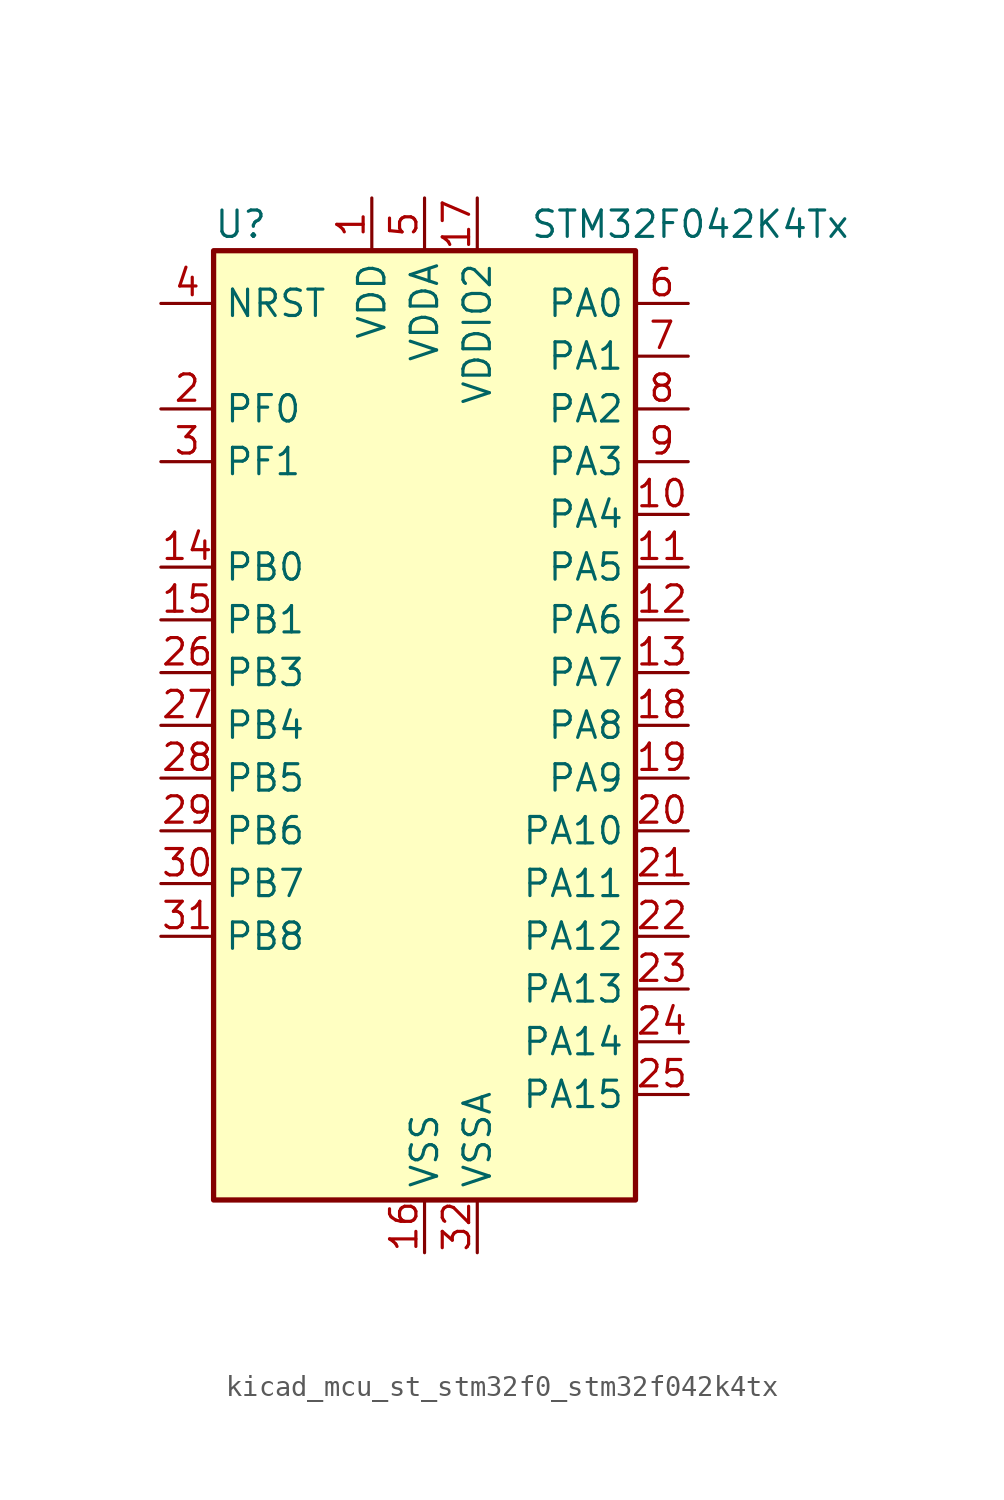
<source format=kicad_sym>
(kicad_symbol_lib
  (version 20220914)
  (generator kicad_symbol_editor)
  (symbol "kicad_mcu_st_stm32f0_stm32f042k4tx"
    (property "Reference" "U"
      (at -10.16 24.13 0)
      (effects (font (size 1.27 1.27)) (justify left)))
    (property "Value" "STM32F042K4Tx"
      (at 5.08 24.13 0)
      (effects (font (size 1.27 1.27)) (justify left)))
    (property "ki_locked" ""
      (at 0 0 0)
      (effects (font (size 1.27 1.27))))
    (symbol "kicad_mcu_st_stm32f0_stm32f042k4tx_0_1"
      (rectangle (start -10.16 -22.86) (end 10.16 22.86) (stroke (width 0.254) (type default)) (fill (type background))))
    (symbol "kicad_mcu_st_stm32f0_stm32f042k4tx_1_1"
      (pin power_in line (at -2.54 25.4 270) (length 2.54) (name "VDD" (effects (font (size 1.27 1.27)))) (number "1" (effects (font (size 1.27 1.27)))))
      (pin bidirectional line (at 12.7 10.16 180) (length 2.54) (name "PA4" (effects (font (size 1.27 1.27)))) (number "10" (effects (font (size 1.27 1.27)))) (alternate "ADC_IN4" bidirectional line) (alternate "I2S1_WS" bidirectional line) (alternate "SPI1_NSS" bidirectional line) (alternate "TIM14_CH1" bidirectional line) (alternate "TSC_G2_IO1" bidirectional line) (alternate "USART2_CK" bidirectional line) (alternate "USB_NOE" bidirectional line))
      (pin bidirectional line (at 12.7 7.62 180) (length 2.54) (name "PA5" (effects (font (size 1.27 1.27)))) (number "11" (effects (font (size 1.27 1.27)))) (alternate "ADC_IN5" bidirectional line) (alternate "CEC" bidirectional line) (alternate "I2S1_CK" bidirectional line) (alternate "SPI1_SCK" bidirectional line) (alternate "TIM2_CH1" bidirectional line) (alternate "TIM2_ETR" bidirectional line) (alternate "TSC_G2_IO2" bidirectional line))
      (pin bidirectional line (at 12.7 5.08 180) (length 2.54) (name "PA6" (effects (font (size 1.27 1.27)))) (number "12" (effects (font (size 1.27 1.27)))) (alternate "ADC_IN6" bidirectional line) (alternate "I2S1_MCK" bidirectional line) (alternate "SPI1_MISO" bidirectional line) (alternate "TIM16_CH1" bidirectional line) (alternate "TIM1_BKIN" bidirectional line) (alternate "TIM3_CH1" bidirectional line) (alternate "TSC_G2_IO3" bidirectional line))
      (pin bidirectional line (at 12.7 2.54 180) (length 2.54) (name "PA7" (effects (font (size 1.27 1.27)))) (number "13" (effects (font (size 1.27 1.27)))) (alternate "ADC_IN7" bidirectional line) (alternate "I2S1_SD" bidirectional line) (alternate "SPI1_MOSI" bidirectional line) (alternate "TIM14_CH1" bidirectional line) (alternate "TIM17_CH1" bidirectional line) (alternate "TIM1_CH1N" bidirectional line) (alternate "TIM3_CH2" bidirectional line) (alternate "TSC_G2_IO4" bidirectional line))
      (pin bidirectional line (at -12.7 7.62 0) (length 2.54) (name "PB0" (effects (font (size 1.27 1.27)))) (number "14" (effects (font (size 1.27 1.27)))) (alternate "ADC_IN8" bidirectional line) (alternate "TIM1_CH2N" bidirectional line) (alternate "TIM3_CH3" bidirectional line) (alternate "TSC_G3_IO2" bidirectional line))
      (pin bidirectional line (at -12.7 5.08 0) (length 2.54) (name "PB1" (effects (font (size 1.27 1.27)))) (number "15" (effects (font (size 1.27 1.27)))) (alternate "ADC_IN9" bidirectional line) (alternate "TIM14_CH1" bidirectional line) (alternate "TIM1_CH3N" bidirectional line) (alternate "TIM3_CH4" bidirectional line) (alternate "TSC_G3_IO3" bidirectional line))
      (pin power_in line (at 0 -25.4 90) (length 2.54) (name "VSS" (effects (font (size 1.27 1.27)))) (number "16" (effects (font (size 1.27 1.27)))))
      (pin power_in line (at 2.54 25.4 270) (length 2.54) (name "VDDIO2" (effects (font (size 1.27 1.27)))) (number "17" (effects (font (size 1.27 1.27)))))
      (pin bidirectional line (at 12.7 0 180) (length 2.54) (name "PA8" (effects (font (size 1.27 1.27)))) (number "18" (effects (font (size 1.27 1.27)))) (alternate "CRS_SYNC" bidirectional line) (alternate "RCC_MCO" bidirectional line) (alternate "TIM1_CH1" bidirectional line) (alternate "USART1_CK" bidirectional line))
      (pin bidirectional line (at 12.7 -2.54 180) (length 2.54) (name "PA9" (effects (font (size 1.27 1.27)))) (number "19" (effects (font (size 1.27 1.27)))) (alternate "I2C1_SCL" bidirectional line) (alternate "TIM1_CH2" bidirectional line) (alternate "TSC_G4_IO1" bidirectional line) (alternate "USART1_TX" bidirectional line))
      (pin bidirectional line (at -12.7 15.24 0) (length 2.54) (name "PF0" (effects (font (size 1.27 1.27)))) (number "2" (effects (font (size 1.27 1.27)))) (alternate "CRS_SYNC" bidirectional line) (alternate "I2C1_SDA" bidirectional line) (alternate "RCC_OSC_IN" bidirectional line))
      (pin bidirectional line (at 12.7 -5.08 180) (length 2.54) (name "PA10" (effects (font (size 1.27 1.27)))) (number "20" (effects (font (size 1.27 1.27)))) (alternate "I2C1_SDA" bidirectional line) (alternate "TIM17_BKIN" bidirectional line) (alternate "TIM1_CH3" bidirectional line) (alternate "TSC_G4_IO2" bidirectional line) (alternate "USART1_RX" bidirectional line))
      (pin bidirectional line (at 12.7 -7.62 180) (length 2.54) (name "PA11" (effects (font (size 1.27 1.27)))) (number "21" (effects (font (size 1.27 1.27)))) (alternate "CAN_RX" bidirectional line) (alternate "I2C1_SCL" bidirectional line) (alternate "TIM1_CH4" bidirectional line) (alternate "TSC_G4_IO3" bidirectional line) (alternate "USART1_CTS" bidirectional line) (alternate "USB_DM" bidirectional line))
      (pin bidirectional line (at 12.7 -10.16 180) (length 2.54) (name "PA12" (effects (font (size 1.27 1.27)))) (number "22" (effects (font (size 1.27 1.27)))) (alternate "CAN_TX" bidirectional line) (alternate "I2C1_SDA" bidirectional line) (alternate "TIM1_ETR" bidirectional line) (alternate "TSC_G4_IO4" bidirectional line) (alternate "USART1_DE" bidirectional line) (alternate "USART1_RTS" bidirectional line) (alternate "USB_DP" bidirectional line))
      (pin bidirectional line (at 12.7 -12.7 180) (length 2.54) (name "PA13" (effects (font (size 1.27 1.27)))) (number "23" (effects (font (size 1.27 1.27)))) (alternate "IR_OUT" bidirectional line) (alternate "SYS_SWDIO" bidirectional line) (alternate "USB_NOE" bidirectional line))
      (pin bidirectional line (at 12.7 -15.24 180) (length 2.54) (name "PA14" (effects (font (size 1.27 1.27)))) (number "24" (effects (font (size 1.27 1.27)))) (alternate "SYS_SWCLK" bidirectional line) (alternate "USART2_TX" bidirectional line))
      (pin bidirectional line (at 12.7 -17.78 180) (length 2.54) (name "PA15" (effects (font (size 1.27 1.27)))) (number "25" (effects (font (size 1.27 1.27)))) (alternate "I2S1_WS" bidirectional line) (alternate "SPI1_NSS" bidirectional line) (alternate "TIM2_CH1" bidirectional line) (alternate "TIM2_ETR" bidirectional line) (alternate "USART2_RX" bidirectional line) (alternate "USB_NOE" bidirectional line))
      (pin bidirectional line (at -12.7 2.54 0) (length 2.54) (name "PB3" (effects (font (size 1.27 1.27)))) (number "26" (effects (font (size 1.27 1.27)))) (alternate "I2S1_CK" bidirectional line) (alternate "SPI1_SCK" bidirectional line) (alternate "TIM2_CH2" bidirectional line) (alternate "TSC_G5_IO1" bidirectional line))
      (pin bidirectional line (at -12.7 0 0) (length 2.54) (name "PB4" (effects (font (size 1.27 1.27)))) (number "27" (effects (font (size 1.27 1.27)))) (alternate "I2S1_MCK" bidirectional line) (alternate "SPI1_MISO" bidirectional line) (alternate "TIM17_BKIN" bidirectional line) (alternate "TIM3_CH1" bidirectional line) (alternate "TSC_G5_IO2" bidirectional line))
      (pin bidirectional line (at -12.7 -2.54 0) (length 2.54) (name "PB5" (effects (font (size 1.27 1.27)))) (number "28" (effects (font (size 1.27 1.27)))) (alternate "I2C1_SMBA" bidirectional line) (alternate "I2S1_SD" bidirectional line) (alternate "SPI1_MOSI" bidirectional line) (alternate "SYS_WKUP6" bidirectional line) (alternate "TIM16_BKIN" bidirectional line) (alternate "TIM3_CH2" bidirectional line))
      (pin bidirectional line (at -12.7 -5.08 0) (length 2.54) (name "PB6" (effects (font (size 1.27 1.27)))) (number "29" (effects (font (size 1.27 1.27)))) (alternate "I2C1_SCL" bidirectional line) (alternate "TIM16_CH1N" bidirectional line) (alternate "TSC_G5_IO3" bidirectional line) (alternate "USART1_TX" bidirectional line))
      (pin bidirectional line (at -12.7 12.7 0) (length 2.54) (name "PF1" (effects (font (size 1.27 1.27)))) (number "3" (effects (font (size 1.27 1.27)))) (alternate "I2C1_SCL" bidirectional line) (alternate "RCC_OSC_OUT" bidirectional line))
      (pin bidirectional line (at -12.7 -7.62 0) (length 2.54) (name "PB7" (effects (font (size 1.27 1.27)))) (number "30" (effects (font (size 1.27 1.27)))) (alternate "I2C1_SDA" bidirectional line) (alternate "TIM17_CH1N" bidirectional line) (alternate "TSC_G5_IO4" bidirectional line) (alternate "USART1_RX" bidirectional line))
      (pin bidirectional line (at -12.7 -10.16 0) (length 2.54) (name "PB8" (effects (font (size 1.27 1.27)))) (number "31" (effects (font (size 1.27 1.27)))) (alternate "CAN_RX" bidirectional line) (alternate "CEC" bidirectional line) (alternate "I2C1_SCL" bidirectional line) (alternate "TIM16_CH1" bidirectional line) (alternate "TSC_SYNC" bidirectional line))
      (pin power_in line (at 2.54 -25.4 90) (length 2.54) (name "VSSA" (effects (font (size 1.27 1.27)))) (number "32" (effects (font (size 1.27 1.27)))))
      (pin input line (at -12.7 20.32 0) (length 2.54) (name "NRST" (effects (font (size 1.27 1.27)))) (number "4" (effects (font (size 1.27 1.27)))))
      (pin power_in line (at 0 25.4 270) (length 2.54) (name "VDDA" (effects (font (size 1.27 1.27)))) (number "5" (effects (font (size 1.27 1.27)))))
      (pin bidirectional line (at 12.7 20.32 180) (length 2.54) (name "PA0" (effects (font (size 1.27 1.27)))) (number "6" (effects (font (size 1.27 1.27)))) (alternate "ADC_IN0" bidirectional line) (alternate "RTC_TAMP2" bidirectional line) (alternate "SYS_WKUP1" bidirectional line) (alternate "TIM2_CH1" bidirectional line) (alternate "TIM2_ETR" bidirectional line) (alternate "TSC_G1_IO1" bidirectional line) (alternate "USART2_CTS" bidirectional line))
      (pin bidirectional line (at 12.7 17.78 180) (length 2.54) (name "PA1" (effects (font (size 1.27 1.27)))) (number "7" (effects (font (size 1.27 1.27)))) (alternate "ADC_IN1" bidirectional line) (alternate "TIM2_CH2" bidirectional line) (alternate "TSC_G1_IO2" bidirectional line) (alternate "USART2_DE" bidirectional line) (alternate "USART2_RTS" bidirectional line))
      (pin bidirectional line (at 12.7 15.24 180) (length 2.54) (name "PA2" (effects (font (size 1.27 1.27)))) (number "8" (effects (font (size 1.27 1.27)))) (alternate "ADC_IN2" bidirectional line) (alternate "SYS_WKUP4" bidirectional line) (alternate "TIM2_CH3" bidirectional line) (alternate "TSC_G1_IO3" bidirectional line) (alternate "USART2_TX" bidirectional line))
      (pin bidirectional line (at 12.7 12.7 180) (length 2.54) (name "PA3" (effects (font (size 1.27 1.27)))) (number "9" (effects (font (size 1.27 1.27)))) (alternate "ADC_IN3" bidirectional line) (alternate "TIM2_CH4" bidirectional line) (alternate "TSC_G1_IO4" bidirectional line) (alternate "USART2_RX" bidirectional line)))))
</source>
